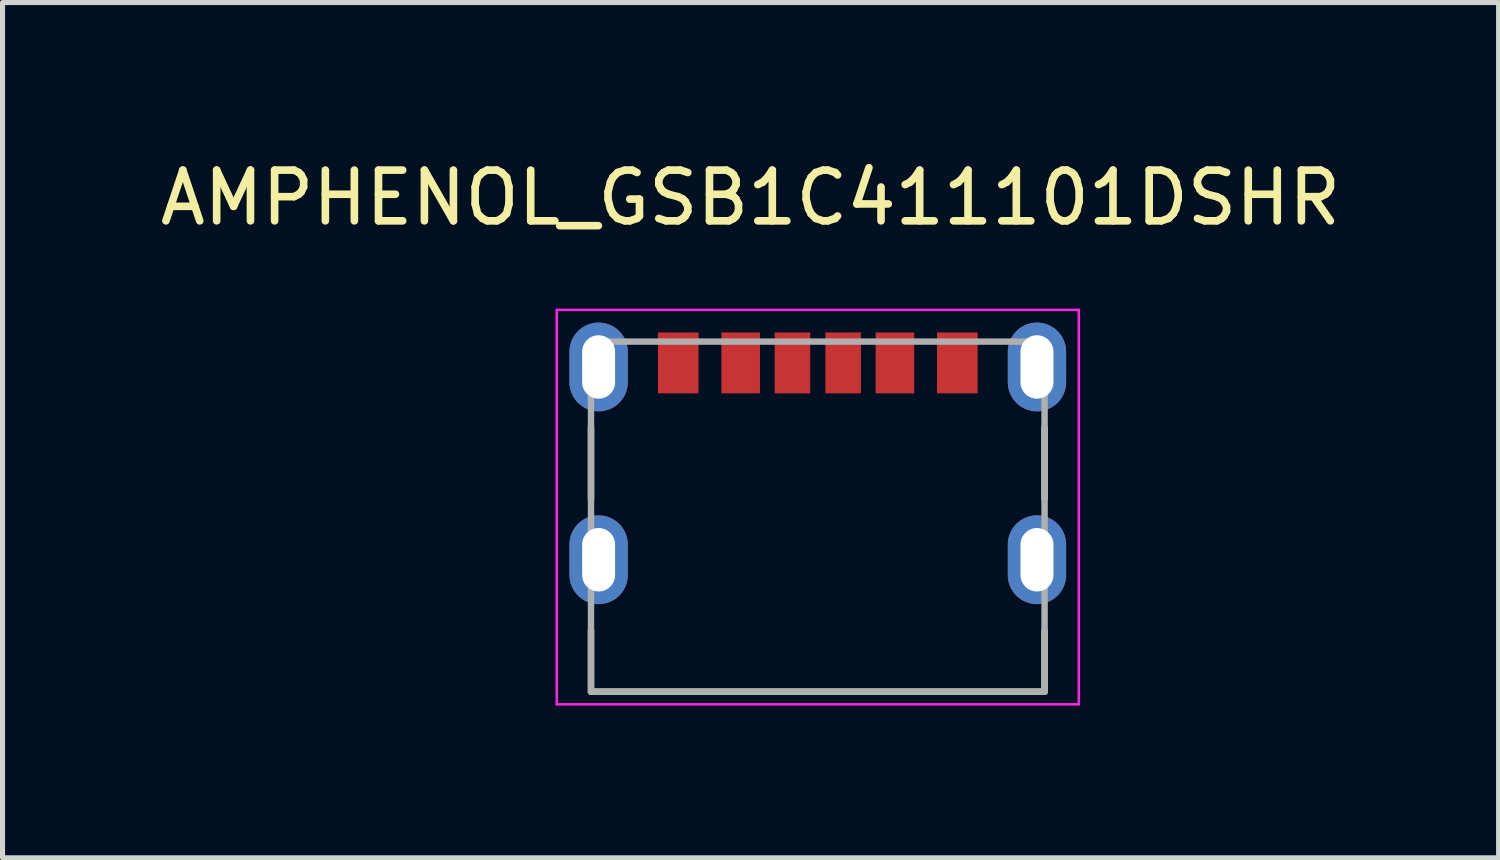
<source format=kicad_pcb>
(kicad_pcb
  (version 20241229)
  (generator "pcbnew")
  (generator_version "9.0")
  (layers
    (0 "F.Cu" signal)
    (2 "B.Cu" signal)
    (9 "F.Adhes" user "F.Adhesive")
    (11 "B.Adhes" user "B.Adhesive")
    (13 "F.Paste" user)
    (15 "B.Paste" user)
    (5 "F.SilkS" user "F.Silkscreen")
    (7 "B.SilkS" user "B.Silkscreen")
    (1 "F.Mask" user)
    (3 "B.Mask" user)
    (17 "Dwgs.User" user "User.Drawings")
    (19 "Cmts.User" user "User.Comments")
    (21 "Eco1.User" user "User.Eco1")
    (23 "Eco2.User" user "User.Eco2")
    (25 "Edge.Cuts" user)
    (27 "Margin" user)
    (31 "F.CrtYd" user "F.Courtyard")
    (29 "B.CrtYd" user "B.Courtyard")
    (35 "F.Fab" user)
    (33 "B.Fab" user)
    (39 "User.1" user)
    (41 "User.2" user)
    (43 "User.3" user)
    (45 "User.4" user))
  (footprint "AMPHENOL_GSB1C411101DSHR"
    (layer "F.Cu")
    (at 13.069 7.983)
    (property "Reference" "AMPHENOL_GSB1C411101DSHR" (at -1.325 -7.135 0) (layer "F.SilkS") (effects (font (size 1 1) (thickness 0.15))))
    (attr smd)
    (fp_line (start -4.47 -2.605) (end -4.47 -1.195) (stroke (width 0.127) (type solid)) (layer "F.SilkS"))
    (fp_line (start -4.47 2.6) (end -4.47 1.395) (stroke (width 0.127) (type solid)) (layer "F.SilkS"))
    (fp_line (start 4.47 -2.605) (end 4.47 -1.195) (stroke (width 0.127) (type solid)) (layer "F.SilkS"))
    (fp_line (start 4.47 1.395) (end 4.47 2.6) (stroke (width 0.127) (type solid)) (layer "F.SilkS"))
    (fp_line (start 4.47 2.6) (end -4.47 2.6) (stroke (width 0.127) (type solid)) (layer "F.SilkS"))
    (fp_line (start -5.145 -4.925) (end -5.145 2.85) (stroke (width 0.05) (type solid)) (layer "F.CrtYd"))
    (fp_line (start -5.145 2.85) (end 5.145 2.85) (stroke (width 0.05) (type solid)) (layer "F.CrtYd"))
    (fp_line (start 5.145 -4.925) (end -5.145 -4.925) (stroke (width 0.05) (type solid)) (layer "F.CrtYd"))
    (fp_line (start 5.145 2.85) (end 5.145 -4.925) (stroke (width 0.05) (type solid)) (layer "F.CrtYd"))
    (fp_line (start -4.47 -4.3) (end 4.47 -4.3) (stroke (width 0.127) (type solid)) (layer "F.Fab"))
    (fp_line (start -4.47 2.6) (end -4.47 -4.3) (stroke (width 0.127) (type solid)) (layer "F.Fab"))
    (fp_line (start 4.47 -4.3) (end 4.47 2.6) (stroke (width 0.127) (type solid)) (layer "F.Fab"))
    (fp_line (start 4.47 2.6) (end -4.47 2.6) (stroke (width 0.127) (type solid)) (layer "F.Fab"))
    (pad "A5" smd rect (at -0.5 -3.88) (size 0.7 1.2) (layers "F.Cu" "F.Mask" "F.Paste"))
    (pad "A9" smd rect (at 1.52 -3.88) (size 0.76 1.2) (layers "F.Cu" "F.Mask" "F.Paste"))
    (pad "A12" smd rect (at 2.75 -3.88) (size 0.8 1.2) (layers "F.Cu" "F.Mask" "F.Paste"))
    (pad "B5" smd rect (at 0.5 -3.88) (size 0.7 1.2) (layers "F.Cu" "F.Mask" "F.Paste"))
    (pad "B9" smd rect (at -1.52 -3.88) (size 0.76 1.2) (layers "F.Cu" "F.Mask" "F.Paste"))
    (pad "B12" smd rect (at -2.75 -3.88) (size 0.8 1.2) (layers "F.Cu" "F.Mask" "F.Paste"))
    (pad "SH1" thru_hole oval (at -4.32 -3.8) (size 1.15 1.75) (drill oval 0.65 1.25) (layers "*.Cu" "*.Mask"))
    (pad "SH2" thru_hole oval (at 4.32 -3.8) (size 1.15 1.75) (drill oval 0.65 1.25) (layers "*.Cu" "*.Mask"))
    (pad "SH3" thru_hole oval (at -4.32 0) (size 1.15 1.75) (drill oval 0.65 1.25) (layers "*.Cu" "*.Mask"))
    (pad "SH4" thru_hole oval (at 4.32 0) (size 1.15 1.75) (drill oval 0.65 1.25) (layers "*.Cu" "*.Mask")))
  (gr_rect
    (start -3 -3)
    (end 26.488 13.858)
    (stroke (width 0.1) (type default))
    (fill no)
    (layer "Edge.Cuts")))
</source>
